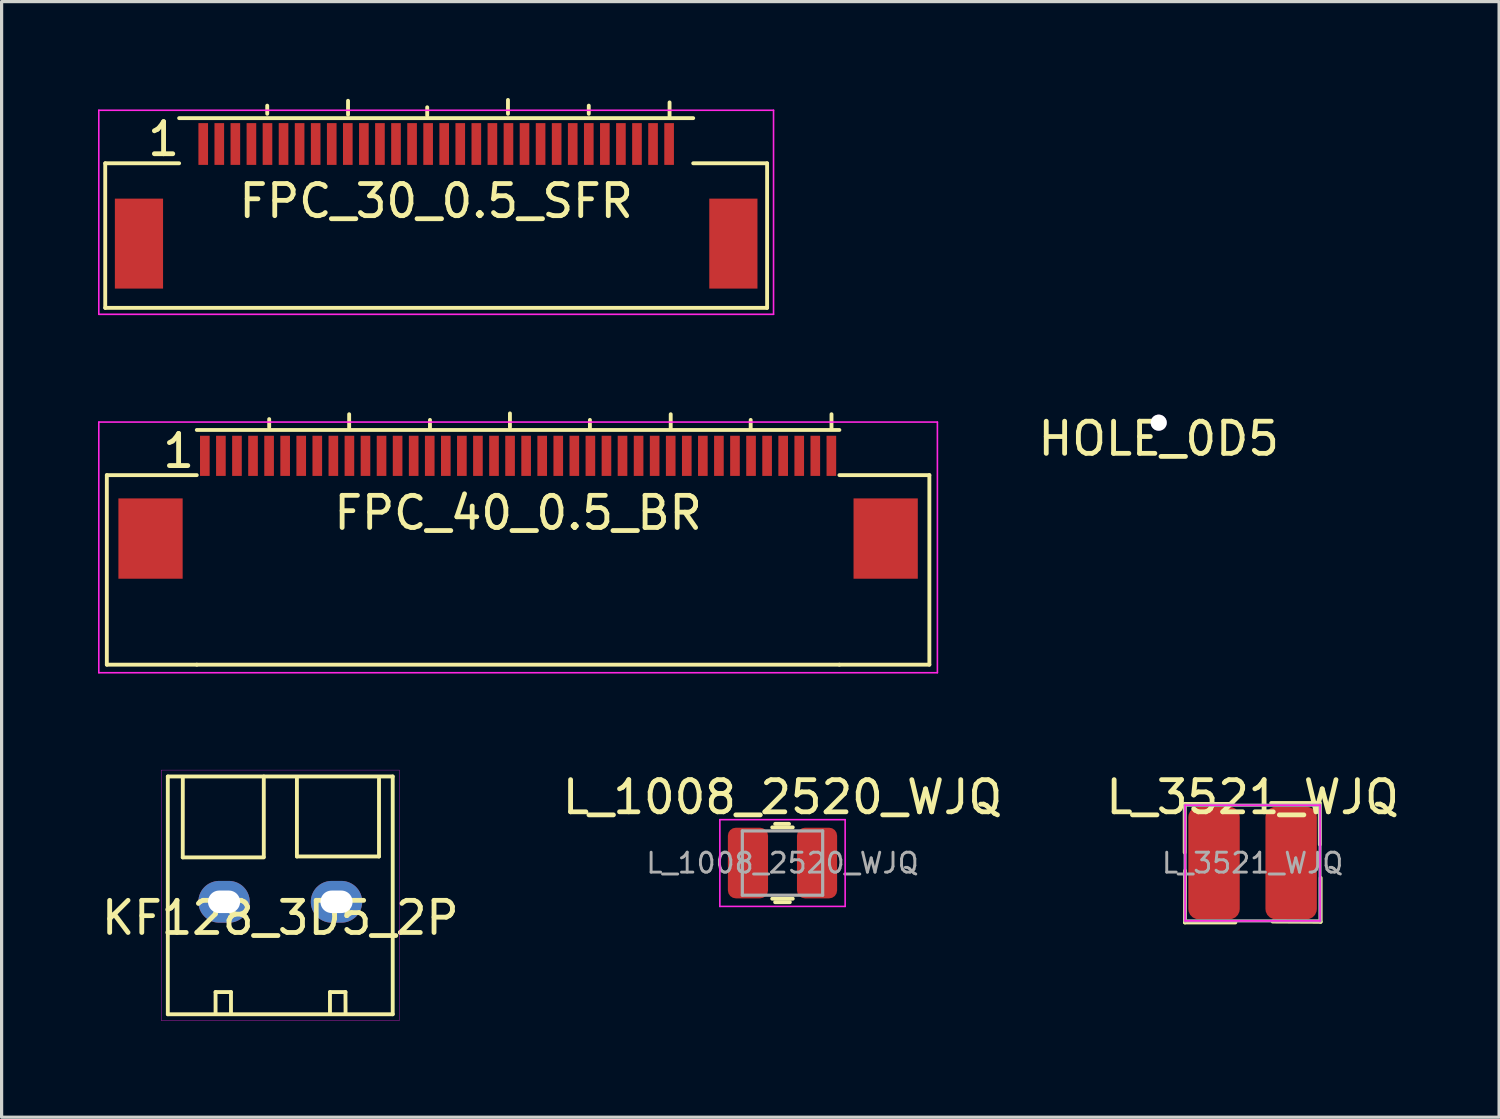
<source format=kicad_pcb>
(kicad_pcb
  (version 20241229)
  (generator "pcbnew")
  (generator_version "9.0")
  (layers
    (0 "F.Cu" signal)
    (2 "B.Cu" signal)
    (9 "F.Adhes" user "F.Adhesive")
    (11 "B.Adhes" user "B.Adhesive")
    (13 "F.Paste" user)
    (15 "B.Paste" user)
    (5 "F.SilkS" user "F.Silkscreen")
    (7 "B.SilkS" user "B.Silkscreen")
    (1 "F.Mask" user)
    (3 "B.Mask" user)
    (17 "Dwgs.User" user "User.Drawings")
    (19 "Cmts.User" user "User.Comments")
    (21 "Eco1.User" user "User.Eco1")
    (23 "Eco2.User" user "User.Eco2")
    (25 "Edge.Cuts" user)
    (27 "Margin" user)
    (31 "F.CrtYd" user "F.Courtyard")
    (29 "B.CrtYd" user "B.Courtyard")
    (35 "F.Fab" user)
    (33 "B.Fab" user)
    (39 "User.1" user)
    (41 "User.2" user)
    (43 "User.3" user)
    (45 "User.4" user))
  (footprint "HOLE_0D5"
    (layer "F.Cu")
    (at 33.013 10.105)
    (property "Reference" "HOLE_0D5" (at 0 0.5 0) (layer "F.SilkS") (effects (font (size 1 1) (thickness 0.15))))
    (attr through_hole)
    (pad "1" thru_hole circle (at 0 0) (size 0.5 0.5) (drill 0.5) (layers "*.Cu" "*.Mask")))
  (footprint "FPC_30_0.5_SFR"
    (layer "F.Cu")
    (at 10.525 1.432)
    (property "Reference" "FPC_30_0.5_SFR" (at 0 1.775 0) (layer "F.SilkS") (effects (font (size 1 1) (thickness 0.15))))
    (attr smd)
    (fp_line (start -10.3 0.6) (end -10.3 5.1) (stroke (width 0.12) (type solid)) (layer "F.SilkS"))
    (fp_line (start -10.3 0.6) (end -8 0.6) (stroke (width 0.12) (type solid)) (layer "F.SilkS"))
    (fp_line (start -10.3 5.1) (end 10.3 5.1) (stroke (width 0.12) (type solid)) (layer "F.SilkS"))
    (fp_line (start -8 -0.805) (end 8 -0.805) (stroke (width 0.12) (type solid)) (layer "F.SilkS"))
    (fp_line (start -5.258 -0.94) (end -5.258 -1.194) (stroke (width 0.12) (type solid)) (layer "F.SilkS"))
    (fp_line (start -2.743 -0.914) (end -2.743 -1.346) (stroke (width 0.12) (type solid)) (layer "F.SilkS"))
    (fp_line (start -0.279 -0.889) (end -0.279 -1.143) (stroke (width 0.12) (type solid)) (layer "F.SilkS"))
    (fp_line (start 2.235 -0.94) (end 2.235 -1.372) (stroke (width 0.12) (type solid)) (layer "F.SilkS"))
    (fp_line (start 4.75 -0.94) (end 4.75 -1.194) (stroke (width 0.12) (type solid)) (layer "F.SilkS"))
    (fp_line (start 7.264 -0.864) (end 7.264 -1.295) (stroke (width 0.12) (type solid)) (layer "F.SilkS"))
    (fp_line (start 10.3 0.6) (end 8 0.6) (stroke (width 0.12) (type solid)) (layer "F.SilkS"))
    (fp_line (start 10.3 0.6) (end 10.3 5.1) (stroke (width 0.12) (type solid)) (layer "F.SilkS"))
    (fp_line (start -10.5 -1.05) (end -10.5 5.3) (stroke (width 0.05) (type solid)) (layer "F.CrtYd"))
    (fp_line (start -10.5 -1.05) (end 10.5 -1.05) (stroke (width 0.05) (type solid)) (layer "F.CrtYd"))
    (fp_line (start -10.5 5.3) (end 10.5 5.3) (stroke (width 0.05) (type solid)) (layer "F.CrtYd"))
    (fp_line (start 10.5 -1.05) (end 10.5 5.3) (stroke (width 0.05) (type solid)) (layer "F.CrtYd"))
    (fp_text user "1" (at -8.484 -0.152 0) (layer "F.SilkS") (effects (font (size 1 1) (thickness 0.15))))
    (pad "1" smd rect (at -7.25 0) (size 0.3 1.3) (layers "F.Cu" "F.Mask" "F.Paste"))
    (pad "2" smd rect (at -6.75 0) (size 0.3 1.3) (layers "F.Cu" "F.Mask" "F.Paste"))
    (pad "3" smd rect (at -6.25 0) (size 0.3 1.3) (layers "F.Cu" "F.Mask" "F.Paste"))
    (pad "4" smd rect (at -5.75 0) (size 0.3 1.3) (layers "F.Cu" "F.Mask" "F.Paste"))
    (pad "5" smd rect (at -5.25 0) (size 0.3 1.3) (layers "F.Cu" "F.Mask" "F.Paste"))
    (pad "6" smd rect (at -4.75 0) (size 0.3 1.3) (layers "F.Cu" "F.Mask" "F.Paste"))
    (pad "7" smd rect (at -4.25 0) (size 0.3 1.3) (layers "F.Cu" "F.Mask" "F.Paste"))
    (pad "8" smd rect (at -3.75 0) (size 0.3 1.3) (layers "F.Cu" "F.Mask" "F.Paste"))
    (pad "9" smd rect (at -3.25 0) (size 0.3 1.3) (layers "F.Cu" "F.Mask" "F.Paste"))
    (pad "10" smd rect (at -2.75 0) (size 0.3 1.3) (layers "F.Cu" "F.Mask" "F.Paste"))
    (pad "11" smd rect (at -2.25 0) (size 0.3 1.3) (layers "F.Cu" "F.Mask" "F.Paste"))
    (pad "12" smd rect (at -1.75 0) (size 0.3 1.3) (layers "F.Cu" "F.Mask" "F.Paste"))
    (pad "13" smd rect (at -1.25 0) (size 0.3 1.3) (layers "F.Cu" "F.Mask" "F.Paste"))
    (pad "14" smd rect (at -0.75 0) (size 0.3 1.3) (layers "F.Cu" "F.Mask" "F.Paste"))
    (pad "15" smd rect (at -0.25 0) (size 0.3 1.3) (layers "F.Cu" "F.Mask" "F.Paste"))
    (pad "16" smd rect (at 0.25 0) (size 0.3 1.3) (layers "F.Cu" "F.Mask" "F.Paste"))
    (pad "17" smd rect (at 0.75 0) (size 0.3 1.3) (layers "F.Cu" "F.Mask" "F.Paste"))
    (pad "18" smd rect (at 1.25 0) (size 0.3 1.3) (layers "F.Cu" "F.Mask" "F.Paste"))
    (pad "19" smd rect (at 1.75 0) (size 0.3 1.3) (layers "F.Cu" "F.Mask" "F.Paste"))
    (pad "20" smd rect (at 2.25 0) (size 0.3 1.3) (layers "F.Cu" "F.Mask" "F.Paste"))
    (pad "21" smd rect (at 2.75 0) (size 0.3 1.3) (layers "F.Cu" "F.Mask" "F.Paste"))
    (pad "22" smd rect (at 3.25 0) (size 0.3 1.3) (layers "F.Cu" "F.Mask" "F.Paste"))
    (pad "23" smd rect (at 3.75 0) (size 0.3 1.3) (layers "F.Cu" "F.Mask" "F.Paste"))
    (pad "24" smd rect (at 4.25 0) (size 0.3 1.3) (layers "F.Cu" "F.Mask" "F.Paste"))
    (pad "25" smd rect (at 4.75 0) (size 0.3 1.3) (layers "F.Cu" "F.Mask" "F.Paste"))
    (pad "26" smd rect (at 5.25 0) (size 0.3 1.3) (layers "F.Cu" "F.Mask" "F.Paste"))
    (pad "27" smd rect (at 5.75 0) (size 0.3 1.3) (layers "F.Cu" "F.Mask" "F.Paste"))
    (pad "28" smd rect (at 6.25 0) (size 0.3 1.3) (layers "F.Cu" "F.Mask" "F.Paste"))
    (pad "29" smd rect (at 6.75 0) (size 0.3 1.3) (layers "F.Cu" "F.Mask" "F.Paste"))
    (pad "30" smd rect (at 7.25 0) (size 0.3 1.3) (layers "F.Cu" "F.Mask" "F.Paste"))
    (pad "MP" smd rect (at -9.25 3.1) (size 1.5 2.8) (layers "F.Cu" "F.Mask" "F.Paste"))
    (pad "MP" smd rect (at 9.25 3.1) (size 1.5 2.8) (layers "F.Cu" "F.Mask" "F.Paste")))
  (footprint "L_3521_WJQ"
    (layer "F.Cu")
    (at 35.935 23.811)
    (property "Reference" "L_3521_WJQ" (at 0 -2.05 0) (layer "F.SilkS") (effects (font (size 1 1) (thickness 0.15))))
    (attr smd)
    (fp_line (start -2.113 -1.839) (end -2.113 -0.328) (stroke (width 0.12) (type solid)) (layer "F.SilkS"))
    (fp_line (start -2.106 1.849) (end -0.536 1.849) (stroke (width 0.12) (type solid)) (layer "F.SilkS"))
    (fp_line (start -2.101 0.239) (end -2.106 1.849) (stroke (width 0.12) (type solid)) (layer "F.SilkS"))
    (fp_line (start -0.627 -1.839) (end -2.113 -1.839) (stroke (width 0.12) (type solid)) (layer "F.SilkS"))
    (fp_line (start 0.579 -1.869) (end 2.09 -1.869) (stroke (width 0.12) (type solid)) (layer "F.SilkS"))
    (fp_line (start 2.09 -1.869) (end 2.093 -0.577) (stroke (width 0.12) (type solid)) (layer "F.SilkS"))
    (fp_line (start 2.118 0.46) (end 2.118 1.829) (stroke (width 0.12) (type solid)) (layer "F.SilkS"))
    (fp_line (start 2.118 1.829) (end 0.625 1.821) (stroke (width 0.12) (type solid)) (layer "F.SilkS"))
    (fp_line (start -2.1 -1.8) (end 2.1 -1.8) (stroke (width 0.05) (type solid)) (layer "F.CrtYd"))
    (fp_line (start -2.1 1.8) (end -2.1 -1.8) (stroke (width 0.05) (type solid)) (layer "F.CrtYd"))
    (fp_line (start 2.1 -1.8) (end 2.1 1.8) (stroke (width 0.05) (type solid)) (layer "F.CrtYd"))
    (fp_line (start 2.1 1.8) (end -2.1 1.8) (stroke (width 0.05) (type solid)) (layer "F.CrtYd"))
    (fp_line (start -2.1 -1.8) (end 2.1 -1.8) (stroke (width 0.1) (type solid)) (layer "F.Fab"))
    (fp_line (start -2.1 1.8) (end -2.1 -1.8) (stroke (width 0.1) (type solid)) (layer "F.Fab"))
    (fp_line (start 2.1 -1.8) (end 2.1 1.8) (stroke (width 0.1) (type solid)) (layer "F.Fab"))
    (fp_line (start 2.1 1.8) (end -2.1 1.8) (stroke (width 0.1) (type solid)) (layer "F.Fab"))
    (fp_text user "${REFERENCE}" (at 0 0 0) (layer "F.Fab") (effects (font (size 0.62 0.62) (thickness 0.09))))
    (pad "1" smd roundrect (at -1.2 0) (size 1.6 3.5) (layers "F.Cu" "F.Mask" "F.Paste") (roundrect_rratio 0.2))
    (pad "2" smd roundrect (at 1.2 0) (size 1.6 3.5) (layers "F.Cu" "F.Mask" "F.Paste") (roundrect_rratio 0.2)))
  (footprint "FPC_40_0.5_BR"
    (layer "F.Cu")
    (at 13.075 11.137)
    (property "Reference" "FPC_40_0.5_BR" (at 0 1.775 0) (layer "F.SilkS") (effects (font (size 1 1) (thickness 0.15))))
    (attr smd)
    (fp_line (start -12.8 0.6) (end -12.8 6.5) (stroke (width 0.12) (type solid)) (layer "F.SilkS"))
    (fp_line (start -12.8 0.6) (end -10 0.6) (stroke (width 0.12) (type solid)) (layer "F.SilkS"))
    (fp_line (start -10 -0.805) (end 10 -0.805) (stroke (width 0.12) (type solid)) (layer "F.SilkS"))
    (fp_line (start -10 6.5) (end -12.8 6.5) (stroke (width 0.12) (type solid)) (layer "F.SilkS"))
    (fp_line (start -10 6.5) (end 10 6.5) (stroke (width 0.12) (type solid)) (layer "F.SilkS"))
    (fp_line (start -7.747 -0.889) (end -7.747 -1.143) (stroke (width 0.12) (type solid)) (layer "F.SilkS"))
    (fp_line (start -5.258 -0.864) (end -5.258 -1.295) (stroke (width 0.12) (type solid)) (layer "F.SilkS"))
    (fp_line (start -2.743 -0.864) (end -2.743 -1.118) (stroke (width 0.12) (type solid)) (layer "F.SilkS"))
    (fp_line (start -0.254 -0.889) (end -0.254 -1.321) (stroke (width 0.12) (type solid)) (layer "F.SilkS"))
    (fp_line (start 2.235 -0.864) (end 2.235 -1.118) (stroke (width 0.12) (type solid)) (layer "F.SilkS"))
    (fp_line (start 4.75 -0.864) (end 4.75 -1.295) (stroke (width 0.12) (type solid)) (layer "F.SilkS"))
    (fp_line (start 7.239 -0.864) (end 7.239 -1.118) (stroke (width 0.12) (type solid)) (layer "F.SilkS"))
    (fp_line (start 9.754 -0.864) (end 9.754 -1.295) (stroke (width 0.12) (type solid)) (layer "F.SilkS"))
    (fp_line (start 10 6.5) (end 12.8 6.5) (stroke (width 0.12) (type solid)) (layer "F.SilkS"))
    (fp_line (start 12.8 0.6) (end 10 0.6) (stroke (width 0.12) (type solid)) (layer "F.SilkS"))
    (fp_line (start 12.8 0.6) (end 12.8 6.5) (stroke (width 0.12) (type solid)) (layer "F.SilkS"))
    (fp_line (start -13.05 -1.05) (end -13.05 6.75) (stroke (width 0.05) (type solid)) (layer "F.CrtYd"))
    (fp_line (start -13.05 -1.05) (end 13.05 -1.05) (stroke (width 0.05) (type solid)) (layer "F.CrtYd"))
    (fp_line (start -13.05 6.75) (end 13.05 6.75) (stroke (width 0.05) (type solid)) (layer "F.CrtYd"))
    (fp_line (start 13.05 -1.05) (end 13.05 6.75) (stroke (width 0.05) (type solid)) (layer "F.CrtYd"))
    (fp_text user "1" (at -10.566 -0.152 0) (layer "F.SilkS") (effects (font (size 1 1) (thickness 0.15))))
    (pad "1" smd rect (at -9.75 0) (size 0.3 1.25) (layers "F.Cu" "F.Mask" "F.Paste"))
    (pad "2" smd rect (at -9.25 0) (size 0.3 1.25) (layers "F.Cu" "F.Mask" "F.Paste"))
    (pad "3" smd rect (at -8.75 0) (size 0.3 1.25) (layers "F.Cu" "F.Mask" "F.Paste"))
    (pad "4" smd rect (at -8.25 0) (size 0.3 1.25) (layers "F.Cu" "F.Mask" "F.Paste"))
    (pad "5" smd rect (at -7.75 0) (size 0.3 1.25) (layers "F.Cu" "F.Mask" "F.Paste"))
    (pad "6" smd rect (at -7.25 0) (size 0.3 1.25) (layers "F.Cu" "F.Mask" "F.Paste"))
    (pad "7" smd rect (at -6.75 0) (size 0.3 1.25) (layers "F.Cu" "F.Mask" "F.Paste"))
    (pad "8" smd rect (at -6.25 0) (size 0.3 1.25) (layers "F.Cu" "F.Mask" "F.Paste"))
    (pad "9" smd rect (at -5.75 0) (size 0.3 1.25) (layers "F.Cu" "F.Mask" "F.Paste"))
    (pad "10" smd rect (at -5.25 0) (size 0.3 1.25) (layers "F.Cu" "F.Mask" "F.Paste"))
    (pad "11" smd rect (at -4.75 0) (size 0.3 1.25) (layers "F.Cu" "F.Mask" "F.Paste"))
    (pad "12" smd rect (at -4.25 0) (size 0.3 1.25) (layers "F.Cu" "F.Mask" "F.Paste"))
    (pad "13" smd rect (at -3.75 0) (size 0.3 1.25) (layers "F.Cu" "F.Mask" "F.Paste"))
    (pad "14" smd rect (at -3.25 0) (size 0.3 1.25) (layers "F.Cu" "F.Mask" "F.Paste"))
    (pad "15" smd rect (at -2.75 0) (size 0.3 1.25) (layers "F.Cu" "F.Mask" "F.Paste"))
    (pad "16" smd rect (at -2.25 0) (size 0.3 1.25) (layers "F.Cu" "F.Mask" "F.Paste"))
    (pad "17" smd rect (at -1.75 0) (size 0.3 1.25) (layers "F.Cu" "F.Mask" "F.Paste"))
    (pad "18" smd rect (at -1.25 0) (size 0.3 1.25) (layers "F.Cu" "F.Mask" "F.Paste"))
    (pad "19" smd rect (at -0.75 0) (size 0.3 1.25) (layers "F.Cu" "F.Mask" "F.Paste"))
    (pad "20" smd rect (at -0.25 0) (size 0.3 1.25) (layers "F.Cu" "F.Mask" "F.Paste"))
    (pad "21" smd rect (at 0.25 0) (size 0.3 1.25) (layers "F.Cu" "F.Mask" "F.Paste"))
    (pad "22" smd rect (at 0.75 0) (size 0.3 1.25) (layers "F.Cu" "F.Mask" "F.Paste"))
    (pad "23" smd rect (at 1.25 0) (size 0.3 1.25) (layers "F.Cu" "F.Mask" "F.Paste"))
    (pad "24" smd rect (at 1.75 0) (size 0.3 1.25) (layers "F.Cu" "F.Mask" "F.Paste"))
    (pad "25" smd rect (at 2.25 0) (size 0.3 1.25) (layers "F.Cu" "F.Mask" "F.Paste"))
    (pad "26" smd rect (at 2.75 0) (size 0.3 1.25) (layers "F.Cu" "F.Mask" "F.Paste"))
    (pad "27" smd rect (at 3.25 0) (size 0.3 1.25) (layers "F.Cu" "F.Mask" "F.Paste"))
    (pad "28" smd rect (at 3.75 0) (size 0.3 1.25) (layers "F.Cu" "F.Mask" "F.Paste"))
    (pad "29" smd rect (at 4.25 0) (size 0.3 1.25) (layers "F.Cu" "F.Mask" "F.Paste"))
    (pad "30" smd rect (at 4.75 0) (size 0.3 1.25) (layers "F.Cu" "F.Mask" "F.Paste"))
    (pad "31" smd rect (at 5.25 0) (size 0.3 1.25) (layers "F.Cu" "F.Mask" "F.Paste"))
    (pad "32" smd rect (at 5.75 0) (size 0.3 1.25) (layers "F.Cu" "F.Mask" "F.Paste"))
    (pad "33" smd rect (at 6.25 0) (size 0.3 1.25) (layers "F.Cu" "F.Mask" "F.Paste"))
    (pad "34" smd rect (at 6.75 0) (size 0.3 1.25) (layers "F.Cu" "F.Mask" "F.Paste"))
    (pad "35" smd rect (at 7.25 0) (size 0.3 1.25) (layers "F.Cu" "F.Mask" "F.Paste"))
    (pad "36" smd rect (at 7.75 0) (size 0.3 1.25) (layers "F.Cu" "F.Mask" "F.Paste"))
    (pad "37" smd rect (at 8.25 0) (size 0.3 1.25) (layers "F.Cu" "F.Mask" "F.Paste"))
    (pad "38" smd rect (at 8.75 0) (size 0.3 1.25) (layers "F.Cu" "F.Mask" "F.Paste"))
    (pad "39" smd rect (at 9.25 0) (size 0.3 1.25) (layers "F.Cu" "F.Mask" "F.Paste"))
    (pad "40" smd rect (at 9.75 0) (size 0.3 1.25) (layers "F.Cu" "F.Mask" "F.Paste"))
    (pad "MP" smd rect (at -11.44 2.575) (size 2 2.5) (layers "F.Cu" "F.Mask" "F.Paste"))
    (pad "MP" smd rect (at 11.44 2.575) (size 2 2.5) (layers "F.Cu" "F.Mask" "F.Paste")))
  (footprint "KF128_3D5_2P"
    (layer "F.Cu")
    (at 5.673 25.017)
    (property "Reference" "KF128_3D5_2P" (at 0 0.5 0) (layer "F.SilkS") (effects (font (size 1 1) (thickness 0.15))))
    (attr through_hole)
    (fp_line (start -3.5 -3.9) (end -3.5 3.5) (stroke (width 0.12) (type solid)) (layer "F.SilkS"))
    (fp_line (start -3.5 3.5) (end 3.5 3.5) (stroke (width 0.12) (type solid)) (layer "F.SilkS"))
    (fp_line (start -3.035 -1.382) (end -0.513 -1.382) (stroke (width 0.12) (type solid)) (layer "F.SilkS"))
    (fp_line (start -3.033 -3.889) (end -3.035 -1.382) (stroke (width 0.12) (type solid)) (layer "F.SilkS"))
    (fp_line (start -2.014 2.809) (end -1.534 2.809) (stroke (width 0.12) (type solid)) (layer "F.SilkS"))
    (fp_line (start -2.014 3.467) (end -2.014 2.809) (stroke (width 0.12) (type solid)) (layer "F.SilkS"))
    (fp_line (start -1.534 2.809) (end -1.534 3.485) (stroke (width 0.12) (type solid)) (layer "F.SilkS"))
    (fp_line (start -0.513 -1.4) (end -0.513 -3.9) (stroke (width 0.12) (type solid)) (layer "F.SilkS"))
    (fp_line (start 0.518 -3.876) (end 0.518 -1.41) (stroke (width 0.12) (type solid)) (layer "F.SilkS"))
    (fp_line (start 0.518 -1.41) (end 3.073 -1.41) (stroke (width 0.12) (type solid)) (layer "F.SilkS"))
    (fp_line (start 1.547 2.809) (end 2.029 2.809) (stroke (width 0.12) (type solid)) (layer "F.SilkS"))
    (fp_line (start 1.547 3.48) (end 1.547 2.809) (stroke (width 0.12) (type solid)) (layer "F.SilkS"))
    (fp_line (start 2.029 2.809) (end 2.032 3.493) (stroke (width 0.12) (type solid)) (layer "F.SilkS"))
    (fp_line (start 3.073 -1.41) (end 3.073 -3.833) (stroke (width 0.12) (type solid)) (layer "F.SilkS"))
    (fp_line (start 3.5 -3.9) (end -3.5 -3.9) (stroke (width 0.12) (type solid)) (layer "F.SilkS"))
    (fp_line (start 3.5 3.5) (end 3.5 -3.9) (stroke (width 0.12) (type solid)) (layer "F.SilkS"))
    (fp_line (start -3.7 -4.1) (end -3.7 3.7) (stroke (width 0.01) (type solid)) (layer "F.CrtYd"))
    (fp_line (start -3.7 3.7) (end 3.7 3.7) (stroke (width 0.01) (type solid)) (layer "F.CrtYd"))
    (fp_line (start 3.7 -4.1) (end -3.7 -4.1) (stroke (width 0.01) (type solid)) (layer "F.CrtYd"))
    (fp_line (start 3.7 3.7) (end 3.7 -4.1) (stroke (width 0.01) (type solid)) (layer "F.CrtYd"))
    (pad "1" thru_hole oval (at -1.75 0) (size 1.6 1.3) (drill oval 1 0.7) (layers "*.Cu" "*.Mask"))
    (pad "2" thru_hole oval (at 1.75 0) (size 1.6 1.3) (drill oval 1 0.7) (layers "*.Cu" "*.Mask")))
  (footprint "L_1008_2520_WJQ"
    (layer "F.Cu")
    (at 21.304 23.811)
    (property "Reference" "L_1008_2520_WJQ" (at 0 -2.05 0) (layer "F.SilkS") (effects (font (size 1 1) (thickness 0.15))))
    (attr smd)
    (fp_line (start -0.32 -1.11) (end 0.32 -1.11) (stroke (width 0.12) (type solid)) (layer "F.SilkS"))
    (fp_line (start -0.32 1.11) (end 0.32 1.11) (stroke (width 0.12) (type solid)) (layer "F.SilkS"))
    (fp_line (start -0.229 -1.219) (end 0.203 -1.219) (stroke (width 0.12) (type solid)) (layer "F.SilkS"))
    (fp_line (start -0.229 1.219) (end 0.229 1.219) (stroke (width 0.12) (type solid)) (layer "F.SilkS"))
    (fp_line (start -1.95 -1.35) (end 1.95 -1.35) (stroke (width 0.05) (type solid)) (layer "F.CrtYd"))
    (fp_line (start -1.95 1.35) (end -1.95 -1.35) (stroke (width 0.05) (type solid)) (layer "F.CrtYd"))
    (fp_line (start 1.95 -1.35) (end 1.95 1.35) (stroke (width 0.05) (type solid)) (layer "F.CrtYd"))
    (fp_line (start 1.95 1.35) (end -1.95 1.35) (stroke (width 0.05) (type solid)) (layer "F.CrtYd"))
    (fp_line (start -1.25 -1) (end 1.25 -1) (stroke (width 0.1) (type solid)) (layer "F.Fab"))
    (fp_line (start -1.25 1) (end -1.25 -1) (stroke (width 0.1) (type solid)) (layer "F.Fab"))
    (fp_line (start 1.25 -1) (end 1.25 1) (stroke (width 0.1) (type solid)) (layer "F.Fab"))
    (fp_line (start 1.25 1) (end -1.25 1) (stroke (width 0.1) (type solid)) (layer "F.Fab"))
    (fp_text user "${REFERENCE}" (at 0 0 0) (layer "F.Fab") (effects (font (size 0.62 0.62) (thickness 0.09))))
    (pad "1" smd roundrect (at -1.075 0) (size 1.25 2.2) (layers "F.Cu" "F.Mask" "F.Paste") (roundrect_rratio 0.2))
    (pad "2" smd roundrect (at 1.075 0) (size 1.25 2.2) (layers "F.Cu" "F.Mask" "F.Paste") (roundrect_rratio 0.2)))
  (gr_rect
    (start -3 -3)
    (end 43.607 31.722)
    (stroke (width 0.1) (type default))
    (fill no)
    (layer "Edge.Cuts")))
</source>
